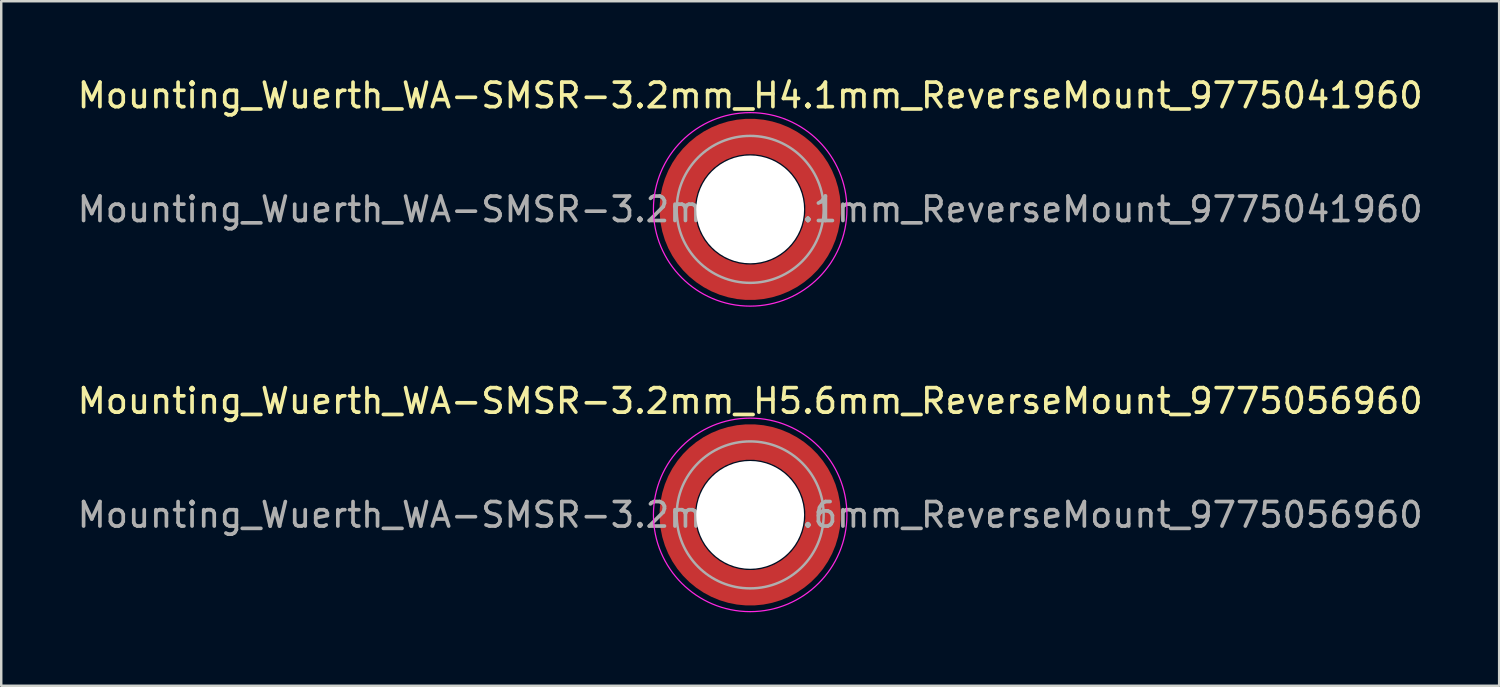
<source format=kicad_pcb>
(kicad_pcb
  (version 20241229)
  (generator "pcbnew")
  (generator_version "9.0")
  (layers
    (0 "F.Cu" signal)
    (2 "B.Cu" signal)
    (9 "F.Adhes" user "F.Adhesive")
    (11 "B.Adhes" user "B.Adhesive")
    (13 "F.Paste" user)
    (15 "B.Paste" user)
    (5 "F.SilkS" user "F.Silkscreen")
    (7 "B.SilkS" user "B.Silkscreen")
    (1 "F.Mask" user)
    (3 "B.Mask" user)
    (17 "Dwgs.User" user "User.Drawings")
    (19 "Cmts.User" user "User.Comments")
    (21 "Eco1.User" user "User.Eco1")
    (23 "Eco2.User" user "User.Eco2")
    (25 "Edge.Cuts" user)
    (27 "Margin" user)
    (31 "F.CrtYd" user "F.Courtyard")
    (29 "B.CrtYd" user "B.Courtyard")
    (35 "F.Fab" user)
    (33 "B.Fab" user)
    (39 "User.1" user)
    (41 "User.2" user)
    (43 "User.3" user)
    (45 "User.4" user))
  (footprint "Mounting_Wuerth_WA-SMSR-3.2mm_H5.6mm_ReverseMount_9775056960"
    (layer "F.Cu")
    (at 27.577 17.971)
    (property "Reference" "Mounting_Wuerth_WA-SMSR-3.2mm_H5.6mm_ReverseMount_9775056960" (at 0 -4.65 0) (layer "F.SilkS") (effects (font (size 1 1) (thickness 0.15))))
    (property "Mouser Part no." "" (at 0 0 0) (layer "F.Fab") (effects (font (size 1.27 1.27) (thickness 0.15))))
    (property "Mouser link" "" (at 0 0 0) (layer "F.Fab") (effects (font (size 1.27 1.27) (thickness 0.15))))
    (attr smd)
    (fp_circle (center 0 0) (end 3.95 0) (stroke (width 0.05) (type solid)) (fill no) (layer "F.CrtYd"))
    (fp_circle (center 0 0) (end 3 0) (stroke (width 0.1) (type solid)) (fill no) (layer "F.Fab"))
    (fp_text user "${REFERENCE}" (at 0 0 0) (layer "F.Fab") (effects (font (size 1 1) (thickness 0.15))))
    (pad "" smd custom (at -2.095 -2.095) (size 0.945 0.945) (layers "F.Paste") (options (anchor circle)) (primitives (gr_arc (start -0.24231 1.594804) (mid 0.404104 0.405534) (end 1.592827 -0.241886) (width 0.2)) (gr_arc (start -0.3398 1.594804) (mid 0.335987 0.338711) (end 1.591031 -0.339022) (width 0.2)) (gr_arc (start -0.437132 1.594804) (mid 0.268952 0.270807) (end 1.592231 -0.436623) (width 0.2)) (gr_arc (start -0.534324 1.594804) (mid 0.201345 0.203474) (end 1.591846 -0.53376) (width 0.2)) (gr_arc (start -0.631391 1.594804) (mid 0.134696 0.135183) (end 1.594126 -0.631267) (width 0.2)) (gr_arc (start -0.728345 1.594804) (mid 0.067234 0.067705) (end 1.594149 -0.728229) (width 0.2)) (gr_arc (start -0.825197 1.594804) (mid -0.001218 0.001219) (end 1.591408 -0.824614) (width 0.2)) (gr_arc (start -0.921958 1.594804) (mid -0.068952 -0.065985) (end 1.590665 -0.921269) (width 0.2)) (gr_arc (start -1.018637 1.594804) (mid -0.135972 -0.133907) (end 1.59192 -1.018172) (width 0.2)) (gr_arc (start -1.115239 1.594804) (mid -0.20428 -0.200537) (end 1.589574 -1.11442) (width 0.2)) (gr_arc (start -1.211773 1.594804) (mid -0.26993 -0.269828) (end 1.594662 -1.211751) (width 0.2)) (gr_arc (start -1.308244 1.594804) (mid -0.33911 -0.335587) (end 1.589875 -1.307516) (width 0.2)) (gr_arc (start -1.404657 1.594804) (mid -0.405633 -0.404004) (end 1.592524 -1.404331) (width 0.2)) (gr_arc (start -1.404657 1.594804) (mid -0.405633 -0.404004) (end 1.592524 -1.404331) (width 0.2)) (gr_line (start 1.595 -0.242) (end 1.595 -1.405) (width 0.2)) (gr_line (start -0.242 1.595) (end -1.405 1.595) (width 0.2))))
    (pad "" smd custom (at -2.095 2.095) (size 0.945 0.945) (layers "F.Paste") (options (anchor circle)) (primitives (gr_arc (start 1.594804 0.24231) (mid 0.405534 -0.404104) (end -0.241886 -1.592827) (width 0.2)) (gr_arc (start 1.594804 0.3398) (mid 0.338711 -0.335987) (end -0.339022 -1.591031) (width 0.2)) (gr_arc (start 1.594804 0.437132) (mid 0.270807 -0.268952) (end -0.436623 -1.592231) (width 0.2)) (gr_arc (start 1.594804 0.534324) (mid 0.203474 -0.201345) (end -0.53376 -1.591846) (width 0.2)) (gr_arc (start 1.594804 0.631391) (mid 0.135183 -0.134696) (end -0.631267 -1.594126) (width 0.2)) (gr_arc (start 1.594804 0.728345) (mid 0.067705 -0.067234) (end -0.728229 -1.594149) (width 0.2)) (gr_arc (start 1.594804 0.825197) (mid 0.001219 0.001218) (end -0.824614 -1.591408) (width 0.2)) (gr_arc (start 1.594804 0.921958) (mid -0.065985 0.068952) (end -0.921269 -1.590665) (width 0.2)) (gr_arc (start 1.594804 1.018637) (mid -0.133907 0.135972) (end -1.018172 -1.59192) (width 0.2)) (gr_arc (start 1.594804 1.115239) (mid -0.200537 0.20428) (end -1.11442 -1.589574) (width 0.2)) (gr_arc (start 1.594804 1.211773) (mid -0.269828 0.26993) (end -1.211751 -1.594662) (width 0.2)) (gr_arc (start 1.594804 1.308244) (mid -0.335587 0.33911) (end -1.307516 -1.589875) (width 0.2)) (gr_arc (start 1.594804 1.404657) (mid -0.404004 0.405633) (end -1.404331 -1.592524) (width 0.2)) (gr_arc (start 1.594804 1.404657) (mid -0.404004 0.405633) (end -1.404331 -1.592524) (width 0.2)) (gr_line (start -0.242 -1.595) (end -1.405 -1.595) (width 0.2)) (gr_line (start 1.595 0.242) (end 1.595 1.405) (width 0.2))))
    (pad "" np_thru_hole circle (at 0 0) (size 4.4 4.4) (drill 4.4) (layers "*.Cu" "*.Mask"))
    (pad "" smd custom (at 2.095 -2.095) (size 0.945 0.945) (layers "F.Paste") (options (anchor circle)) (primitives (gr_arc (start -1.594804 -0.24231) (mid -0.405534 0.404104) (end 0.241886 1.592827) (width 0.2)) (gr_arc (start -1.594804 -0.3398) (mid -0.338711 0.335987) (end 0.339022 1.591031) (width 0.2)) (gr_arc (start -1.594804 -0.437132) (mid -0.270807 0.268952) (end 0.436623 1.592231) (width 0.2)) (gr_arc (start -1.594804 -0.534324) (mid -0.203474 0.201345) (end 0.53376 1.591846) (width 0.2)) (gr_arc (start -1.594804 -0.631391) (mid -0.135183 0.134696) (end 0.631267 1.594126) (width 0.2)) (gr_arc (start -1.594804 -0.728345) (mid -0.067705 0.067234) (end 0.728229 1.594149) (width 0.2)) (gr_arc (start -1.594804 -0.825197) (mid -0.001219 -0.001218) (end 0.824614 1.591408) (width 0.2)) (gr_arc (start -1.594804 -0.921958) (mid 0.065985 -0.068952) (end 0.921269 1.590665) (width 0.2)) (gr_arc (start -1.594804 -1.018637) (mid 0.133907 -0.135972) (end 1.018172 1.59192) (width 0.2)) (gr_arc (start -1.594804 -1.115239) (mid 0.200537 -0.20428) (end 1.11442 1.589574) (width 0.2)) (gr_arc (start -1.594804 -1.211773) (mid 0.269828 -0.26993) (end 1.211751 1.594662) (width 0.2)) (gr_arc (start -1.594804 -1.308244) (mid 0.335587 -0.33911) (end 1.307516 1.589875) (width 0.2)) (gr_arc (start -1.594804 -1.404657) (mid 0.404004 -0.405633) (end 1.404331 1.592524) (width 0.2)) (gr_arc (start -1.594804 -1.404657) (mid 0.404004 -0.405633) (end 1.404331 1.592524) (width 0.2)) (gr_line (start 0.242 1.595) (end 1.405 1.595) (width 0.2)) (gr_line (start -1.595 -0.242) (end -1.595 -1.405) (width 0.2))))
    (pad "" smd custom (at 2.095 2.095) (size 0.945 0.945) (layers "F.Paste") (options (anchor circle)) (primitives (gr_arc (start 0.24231 -1.594804) (mid -0.404104 -0.405534) (end -1.592827 0.241886) (width 0.2)) (gr_arc (start 0.3398 -1.594804) (mid -0.335987 -0.338711) (end -1.591031 0.339022) (width 0.2)) (gr_arc (start 0.437132 -1.594804) (mid -0.268952 -0.270807) (end -1.592231 0.436623) (width 0.2)) (gr_arc (start 0.534324 -1.594804) (mid -0.201345 -0.203474) (end -1.591846 0.53376) (width 0.2)) (gr_arc (start 0.631391 -1.594804) (mid -0.134696 -0.135183) (end -1.594126 0.631267) (width 0.2)) (gr_arc (start 0.728345 -1.594804) (mid -0.067234 -0.067705) (end -1.594149 0.728229) (width 0.2)) (gr_arc (start 0.825197 -1.594804) (mid 0.001218 -0.001219) (end -1.591408 0.824614) (width 0.2)) (gr_arc (start 0.921958 -1.594804) (mid 0.068952 0.065985) (end -1.590665 0.921269) (width 0.2)) (gr_arc (start 1.018637 -1.594804) (mid 0.135972 0.133907) (end -1.59192 1.018172) (width 0.2)) (gr_arc (start 1.115239 -1.594804) (mid 0.20428 0.200537) (end -1.589574 1.11442) (width 0.2)) (gr_arc (start 1.211773 -1.594804) (mid 0.26993 0.269828) (end -1.594662 1.211751) (width 0.2)) (gr_arc (start 1.308244 -1.594804) (mid 0.33911 0.335587) (end -1.589875 1.307516) (width 0.2)) (gr_arc (start 1.404657 -1.594804) (mid 0.405633 0.404004) (end -1.592524 1.404331) (width 0.2)) (gr_arc (start 1.404657 -1.594804) (mid 0.405633 0.404004) (end -1.592524 1.404331) (width 0.2)) (gr_line (start -1.595 0.242) (end -1.595 1.405) (width 0.2)) (gr_line (start 0.242 -1.595) (end 1.405 -1.595) (width 0.2))))
    (pad "1" smd circle (at -2.975 0) (size 1.05 1.05) (layers "F.Cu"))
    (pad "1" smd circle (at 0 -2.975) (size 1.05 1.05) (layers "F.Cu"))
    (pad "1" smd circle (at 0 2.975) (size 1.05 1.05) (layers "F.Cu"))
    (pad "1" smd custom (at 2.975 0) (size 1.05 1.05) (layers "F.Cu" "F.Mask") (options (anchor circle)) (primitives (gr_circle (center -2.975 0) (end 0 0) (width 1.45) (fill no)))))
  (footprint "Mounting_Wuerth_WA-SMSR-3.2mm_H4.1mm_ReverseMount_9775041960"
    (layer "F.Cu")
    (at 27.577 5.498)
    (property "Reference" "Mounting_Wuerth_WA-SMSR-3.2mm_H4.1mm_ReverseMount_9775041960" (at 0 -4.65 0) (layer "F.SilkS") (effects (font (size 1 1) (thickness 0.15))))
    (property "Mouser Part no." "" (at 0 0 0) (layer "F.Fab") (effects (font (size 1.27 1.27) (thickness 0.15))))
    (property "Mouser link" "" (at 0 0 0) (layer "F.Fab") (effects (font (size 1.27 1.27) (thickness 0.15))))
    (attr smd)
    (fp_circle (center 0 0) (end 3.95 0) (stroke (width 0.05) (type solid)) (fill no) (layer "F.CrtYd"))
    (fp_circle (center 0 0) (end 3 0) (stroke (width 0.1) (type solid)) (fill no) (layer "F.Fab"))
    (fp_text user "${REFERENCE}" (at 0 0 0) (layer "F.Fab") (effects (font (size 1 1) (thickness 0.15))))
    (pad "" smd custom (at -2.095 -2.095) (size 0.945 0.945) (layers "F.Paste") (options (anchor circle)) (primitives (gr_arc (start -0.24231 1.594804) (mid 0.404104 0.405534) (end 1.592827 -0.241886) (width 0.2)) (gr_arc (start -0.3398 1.594804) (mid 0.335987 0.338711) (end 1.591031 -0.339022) (width 0.2)) (gr_arc (start -0.437132 1.594804) (mid 0.268952 0.270807) (end 1.592231 -0.436623) (width 0.2)) (gr_arc (start -0.534324 1.594804) (mid 0.201345 0.203474) (end 1.591846 -0.53376) (width 0.2)) (gr_arc (start -0.631391 1.594804) (mid 0.134696 0.135183) (end 1.594126 -0.631267) (width 0.2)) (gr_arc (start -0.728345 1.594804) (mid 0.067234 0.067705) (end 1.594149 -0.728229) (width 0.2)) (gr_arc (start -0.825197 1.594804) (mid -0.001218 0.001219) (end 1.591408 -0.824614) (width 0.2)) (gr_arc (start -0.921958 1.594804) (mid -0.068952 -0.065985) (end 1.590665 -0.921269) (width 0.2)) (gr_arc (start -1.018637 1.594804) (mid -0.135972 -0.133907) (end 1.59192 -1.018172) (width 0.2)) (gr_arc (start -1.115239 1.594804) (mid -0.20428 -0.200537) (end 1.589574 -1.11442) (width 0.2)) (gr_arc (start -1.211773 1.594804) (mid -0.26993 -0.269828) (end 1.594662 -1.211751) (width 0.2)) (gr_arc (start -1.308244 1.594804) (mid -0.33911 -0.335587) (end 1.589875 -1.307516) (width 0.2)) (gr_arc (start -1.404657 1.594804) (mid -0.405633 -0.404004) (end 1.592524 -1.404331) (width 0.2)) (gr_arc (start -1.404657 1.594804) (mid -0.405633 -0.404004) (end 1.592524 -1.404331) (width 0.2)) (gr_line (start 1.595 -0.242) (end 1.595 -1.405) (width 0.2)) (gr_line (start -0.242 1.595) (end -1.405 1.595) (width 0.2))))
    (pad "" smd custom (at -2.095 2.095) (size 0.945 0.945) (layers "F.Paste") (options (anchor circle)) (primitives (gr_arc (start 1.594804 0.24231) (mid 0.405534 -0.404104) (end -0.241886 -1.592827) (width 0.2)) (gr_arc (start 1.594804 0.3398) (mid 0.338711 -0.335987) (end -0.339022 -1.591031) (width 0.2)) (gr_arc (start 1.594804 0.437132) (mid 0.270807 -0.268952) (end -0.436623 -1.592231) (width 0.2)) (gr_arc (start 1.594804 0.534324) (mid 0.203474 -0.201345) (end -0.53376 -1.591846) (width 0.2)) (gr_arc (start 1.594804 0.631391) (mid 0.135183 -0.134696) (end -0.631267 -1.594126) (width 0.2)) (gr_arc (start 1.594804 0.728345) (mid 0.067705 -0.067234) (end -0.728229 -1.594149) (width 0.2)) (gr_arc (start 1.594804 0.825197) (mid 0.001219 0.001218) (end -0.824614 -1.591408) (width 0.2)) (gr_arc (start 1.594804 0.921958) (mid -0.065985 0.068952) (end -0.921269 -1.590665) (width 0.2)) (gr_arc (start 1.594804 1.018637) (mid -0.133907 0.135972) (end -1.018172 -1.59192) (width 0.2)) (gr_arc (start 1.594804 1.115239) (mid -0.200537 0.20428) (end -1.11442 -1.589574) (width 0.2)) (gr_arc (start 1.594804 1.211773) (mid -0.269828 0.26993) (end -1.211751 -1.594662) (width 0.2)) (gr_arc (start 1.594804 1.308244) (mid -0.335587 0.33911) (end -1.307516 -1.589875) (width 0.2)) (gr_arc (start 1.594804 1.404657) (mid -0.404004 0.405633) (end -1.404331 -1.592524) (width 0.2)) (gr_arc (start 1.594804 1.404657) (mid -0.404004 0.405633) (end -1.404331 -1.592524) (width 0.2)) (gr_line (start -0.242 -1.595) (end -1.405 -1.595) (width 0.2)) (gr_line (start 1.595 0.242) (end 1.595 1.405) (width 0.2))))
    (pad "" np_thru_hole circle (at 0 0) (size 4.4 4.4) (drill 4.4) (layers "*.Cu" "*.Mask"))
    (pad "" smd custom (at 2.095 -2.095) (size 0.945 0.945) (layers "F.Paste") (options (anchor circle)) (primitives (gr_arc (start -1.594804 -0.24231) (mid -0.405534 0.404104) (end 0.241886 1.592827) (width 0.2)) (gr_arc (start -1.594804 -0.3398) (mid -0.338711 0.335987) (end 0.339022 1.591031) (width 0.2)) (gr_arc (start -1.594804 -0.437132) (mid -0.270807 0.268952) (end 0.436623 1.592231) (width 0.2)) (gr_arc (start -1.594804 -0.534324) (mid -0.203474 0.201345) (end 0.53376 1.591846) (width 0.2)) (gr_arc (start -1.594804 -0.631391) (mid -0.135183 0.134696) (end 0.631267 1.594126) (width 0.2)) (gr_arc (start -1.594804 -0.728345) (mid -0.067705 0.067234) (end 0.728229 1.594149) (width 0.2)) (gr_arc (start -1.594804 -0.825197) (mid -0.001219 -0.001218) (end 0.824614 1.591408) (width 0.2)) (gr_arc (start -1.594804 -0.921958) (mid 0.065985 -0.068952) (end 0.921269 1.590665) (width 0.2)) (gr_arc (start -1.594804 -1.018637) (mid 0.133907 -0.135972) (end 1.018172 1.59192) (width 0.2)) (gr_arc (start -1.594804 -1.115239) (mid 0.200537 -0.20428) (end 1.11442 1.589574) (width 0.2)) (gr_arc (start -1.594804 -1.211773) (mid 0.269828 -0.26993) (end 1.211751 1.594662) (width 0.2)) (gr_arc (start -1.594804 -1.308244) (mid 0.335587 -0.33911) (end 1.307516 1.589875) (width 0.2)) (gr_arc (start -1.594804 -1.404657) (mid 0.404004 -0.405633) (end 1.404331 1.592524) (width 0.2)) (gr_arc (start -1.594804 -1.404657) (mid 0.404004 -0.405633) (end 1.404331 1.592524) (width 0.2)) (gr_line (start 0.242 1.595) (end 1.405 1.595) (width 0.2)) (gr_line (start -1.595 -0.242) (end -1.595 -1.405) (width 0.2))))
    (pad "" smd custom (at 2.095 2.095) (size 0.945 0.945) (layers "F.Paste") (options (anchor circle)) (primitives (gr_arc (start 0.24231 -1.594804) (mid -0.404104 -0.405534) (end -1.592827 0.241886) (width 0.2)) (gr_arc (start 0.3398 -1.594804) (mid -0.335987 -0.338711) (end -1.591031 0.339022) (width 0.2)) (gr_arc (start 0.437132 -1.594804) (mid -0.268952 -0.270807) (end -1.592231 0.436623) (width 0.2)) (gr_arc (start 0.534324 -1.594804) (mid -0.201345 -0.203474) (end -1.591846 0.53376) (width 0.2)) (gr_arc (start 0.631391 -1.594804) (mid -0.134696 -0.135183) (end -1.594126 0.631267) (width 0.2)) (gr_arc (start 0.728345 -1.594804) (mid -0.067234 -0.067705) (end -1.594149 0.728229) (width 0.2)) (gr_arc (start 0.825197 -1.594804) (mid 0.001218 -0.001219) (end -1.591408 0.824614) (width 0.2)) (gr_arc (start 0.921958 -1.594804) (mid 0.068952 0.065985) (end -1.590665 0.921269) (width 0.2)) (gr_arc (start 1.018637 -1.594804) (mid 0.135972 0.133907) (end -1.59192 1.018172) (width 0.2)) (gr_arc (start 1.115239 -1.594804) (mid 0.20428 0.200537) (end -1.589574 1.11442) (width 0.2)) (gr_arc (start 1.211773 -1.594804) (mid 0.26993 0.269828) (end -1.594662 1.211751) (width 0.2)) (gr_arc (start 1.308244 -1.594804) (mid 0.33911 0.335587) (end -1.589875 1.307516) (width 0.2)) (gr_arc (start 1.404657 -1.594804) (mid 0.405633 0.404004) (end -1.592524 1.404331) (width 0.2)) (gr_arc (start 1.404657 -1.594804) (mid 0.405633 0.404004) (end -1.592524 1.404331) (width 0.2)) (gr_line (start -1.595 0.242) (end -1.595 1.405) (width 0.2)) (gr_line (start 0.242 -1.595) (end 1.405 -1.595) (width 0.2))))
    (pad "1" smd circle (at -2.975 0) (size 1.05 1.05) (layers "F.Cu"))
    (pad "1" smd circle (at 0 -2.975) (size 1.05 1.05) (layers "F.Cu"))
    (pad "1" smd circle (at 0 2.975) (size 1.05 1.05) (layers "F.Cu"))
    (pad "1" smd custom (at 2.975 0) (size 1.05 1.05) (layers "F.Cu" "F.Mask") (options (anchor circle)) (primitives (gr_circle (center -2.975 0) (end 0 0) (width 1.45) (fill no)))))
  (gr_rect
    (start -3 -3)
    (end 58.155 24.947)
    (stroke (width 0.1) (type default))
    (fill no)
    (layer "Edge.Cuts")))
</source>
